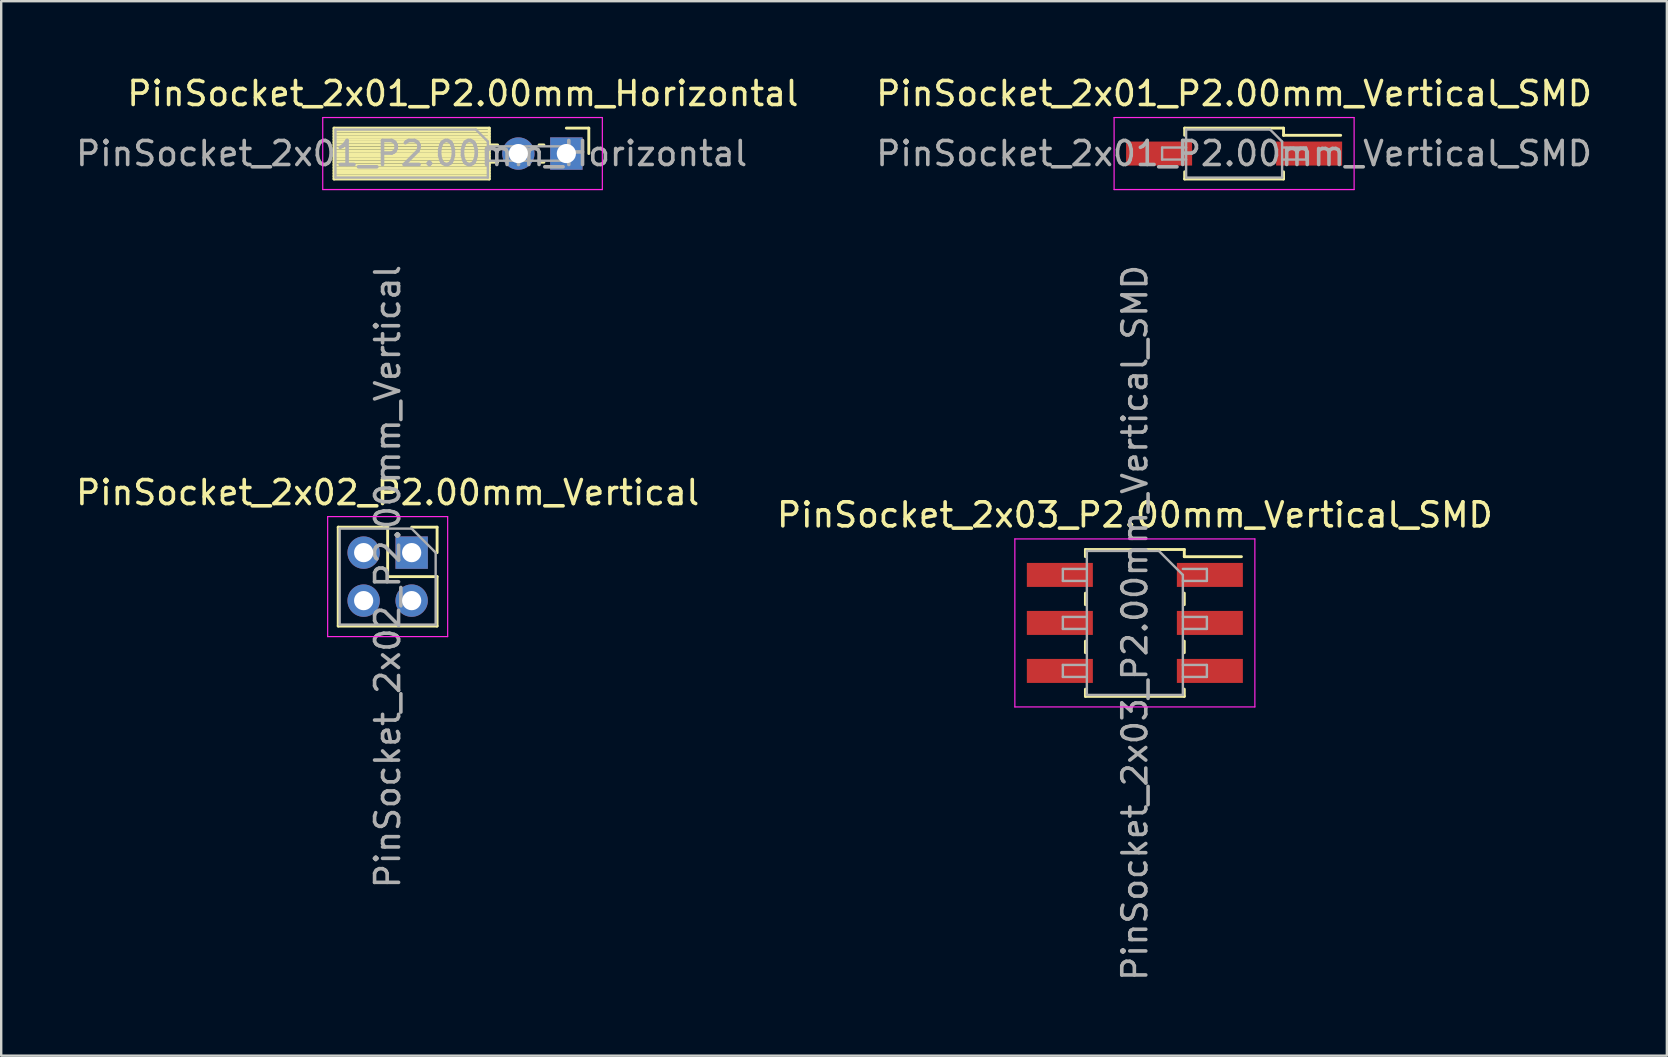
<source format=kicad_pcb>
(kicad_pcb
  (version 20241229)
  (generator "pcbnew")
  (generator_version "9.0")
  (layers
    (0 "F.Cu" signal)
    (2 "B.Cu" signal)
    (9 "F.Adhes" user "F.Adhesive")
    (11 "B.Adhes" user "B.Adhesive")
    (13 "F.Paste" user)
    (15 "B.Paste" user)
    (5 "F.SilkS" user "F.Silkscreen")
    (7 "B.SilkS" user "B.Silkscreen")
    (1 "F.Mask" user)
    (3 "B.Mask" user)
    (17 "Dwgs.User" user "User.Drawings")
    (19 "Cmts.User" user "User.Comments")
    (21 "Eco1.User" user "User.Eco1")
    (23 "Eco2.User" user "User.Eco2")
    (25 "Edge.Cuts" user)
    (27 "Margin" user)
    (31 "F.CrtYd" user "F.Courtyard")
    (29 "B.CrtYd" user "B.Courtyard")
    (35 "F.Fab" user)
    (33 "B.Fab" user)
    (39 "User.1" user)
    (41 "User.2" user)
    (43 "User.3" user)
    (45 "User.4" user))
  (footprint "PinSocket_2x01_P2.00mm_Horizontal"
    (layer "F.Cu")
    (at 20.546 3.348)
    (property "Reference" "PinSocket_2x01_P2.00mm_Horizontal" (at -4.31 -2.5 0) (layer "F.SilkS") (effects (font (size 1 1) (thickness 0.15))))
    (attr through_hole)
    (fp_line (start -9.68 -1.06) (end -9.68 1.06) (stroke (width 0.12) (type solid)) (layer "F.SilkS"))
    (fp_line (start -9.68 -1.06) (end -3.21 -1.06) (stroke (width 0.12) (type solid)) (layer "F.SilkS"))
    (fp_line (start -9.68 -0.94) (end -3.21 -0.94) (stroke (width 0.12) (type solid)) (layer "F.SilkS"))
    (fp_line (start -9.68 -0.822) (end -3.21 -0.822) (stroke (width 0.12) (type solid)) (layer "F.SilkS"))
    (fp_line (start -9.68 -0.705) (end -3.21 -0.705) (stroke (width 0.12) (type solid)) (layer "F.SilkS"))
    (fp_line (start -9.68 -0.587) (end -3.21 -0.587) (stroke (width 0.12) (type solid)) (layer "F.SilkS"))
    (fp_line (start -9.68 -0.469) (end -3.21 -0.469) (stroke (width 0.12) (type solid)) (layer "F.SilkS"))
    (fp_line (start -9.68 -0.352) (end -3.21 -0.352) (stroke (width 0.12) (type solid)) (layer "F.SilkS"))
    (fp_line (start -9.68 -0.234) (end -3.21 -0.234) (stroke (width 0.12) (type solid)) (layer "F.SilkS"))
    (fp_line (start -9.68 -0.116) (end -3.21 -0.116) (stroke (width 0.12) (type solid)) (layer "F.SilkS"))
    (fp_line (start -9.68 0.001) (end -3.21 0.001) (stroke (width 0.12) (type solid)) (layer "F.SilkS"))
    (fp_line (start -9.68 0.119) (end -3.21 0.119) (stroke (width 0.12) (type solid)) (layer "F.SilkS"))
    (fp_line (start -9.68 0.236) (end -3.21 0.236) (stroke (width 0.12) (type solid)) (layer "F.SilkS"))
    (fp_line (start -9.68 0.354) (end -3.21 0.354) (stroke (width 0.12) (type solid)) (layer "F.SilkS"))
    (fp_line (start -9.68 0.472) (end -3.21 0.472) (stroke (width 0.12) (type solid)) (layer "F.SilkS"))
    (fp_line (start -9.68 0.589) (end -3.21 0.589) (stroke (width 0.12) (type solid)) (layer "F.SilkS"))
    (fp_line (start -9.68 0.707) (end -3.21 0.707) (stroke (width 0.12) (type solid)) (layer "F.SilkS"))
    (fp_line (start -9.68 0.825) (end -3.21 0.825) (stroke (width 0.12) (type solid)) (layer "F.SilkS"))
    (fp_line (start -9.68 0.942) (end -3.21 0.942) (stroke (width 0.12) (type solid)) (layer "F.SilkS"))
    (fp_line (start -9.68 1.06) (end -3.21 1.06) (stroke (width 0.12) (type solid)) (layer "F.SilkS"))
    (fp_line (start -3.21 -1.06) (end -3.21 1.06) (stroke (width 0.12) (type solid)) (layer "F.SilkS"))
    (fp_line (start -3.21 -0.36) (end -2.863 -0.36) (stroke (width 0.12) (type solid)) (layer "F.SilkS"))
    (fp_line (start -3.21 0.36) (end -2.863 0.36) (stroke (width 0.12) (type solid)) (layer "F.SilkS"))
    (fp_line (start -1.137 -0.36) (end -0.935 -0.36) (stroke (width 0.12) (type solid)) (layer "F.SilkS"))
    (fp_line (start -1.137 0.36) (end -0.935 0.36) (stroke (width 0.12) (type solid)) (layer "F.SilkS"))
    (fp_line (start 0 -1.06) (end 0.935 -1.06) (stroke (width 0.12) (type solid)) (layer "F.SilkS"))
    (fp_line (start 0.935 -1.06) (end 0.935 0) (stroke (width 0.12) (type solid)) (layer "F.SilkS"))
    (fp_line (start -10.15 -1.5) (end -10.15 1.5) (stroke (width 0.05) (type solid)) (layer "F.CrtYd"))
    (fp_line (start -10.15 1.5) (end 1.5 1.5) (stroke (width 0.05) (type solid)) (layer "F.CrtYd"))
    (fp_line (start 1.5 -1.5) (end -10.15 -1.5) (stroke (width 0.05) (type solid)) (layer "F.CrtYd"))
    (fp_line (start 1.5 1.5) (end 1.5 -1.5) (stroke (width 0.05) (type solid)) (layer "F.CrtYd"))
    (fp_line (start -9.62 -1) (end -3.77 -1) (stroke (width 0.1) (type solid)) (layer "F.Fab"))
    (fp_line (start -9.62 1) (end -9.62 -1) (stroke (width 0.1) (type solid)) (layer "F.Fab"))
    (fp_line (start -3.77 -1) (end -3.27 -0.5) (stroke (width 0.1) (type solid)) (layer "F.Fab"))
    (fp_line (start -3.27 -0.5) (end -3.27 1) (stroke (width 0.1) (type solid)) (layer "F.Fab"))
    (fp_line (start -3.27 0.3) (end 0 0.3) (stroke (width 0.1) (type solid)) (layer "F.Fab"))
    (fp_line (start -3.27 1) (end -9.62 1) (stroke (width 0.1) (type solid)) (layer "F.Fab"))
    (fp_line (start 0 -0.3) (end -3.27 -0.3) (stroke (width 0.1) (type solid)) (layer "F.Fab"))
    (fp_line (start 0 0.3) (end 0 -0.3) (stroke (width 0.1) (type solid)) (layer "F.Fab"))
    (fp_text user "${REFERENCE}" (at -6.445 0 0) (layer "F.Fab") (effects (font (size 1 1) (thickness 0.15))))
    (pad "1" thru_hole rect (at 0 0) (size 1.35 1.35) (drill 0.8) (layers "*.Cu" "*.Mask"))
    (pad "2" thru_hole circle (at -2 0) (size 1.35 1.35) (drill 0.8) (layers "*.Cu" "*.Mask")))
  (footprint "PinSocket_2x02_P2.00mm_Vertical"
    (layer "F.Cu")
    (at 14.101 19.974)
    (property "Reference" "PinSocket_2x02_P2.00mm_Vertical" (at -1 -2.5 0) (layer "F.SilkS") (effects (font (size 1 1) (thickness 0.15))))
    (attr through_hole)
    (fp_line (start -3.06 -1.06) (end -3.06 3.06) (stroke (width 0.12) (type solid)) (layer "F.SilkS"))
    (fp_line (start -3.06 -1.06) (end -1 -1.06) (stroke (width 0.12) (type solid)) (layer "F.SilkS"))
    (fp_line (start -3.06 3.06) (end 1.06 3.06) (stroke (width 0.12) (type solid)) (layer "F.SilkS"))
    (fp_line (start -1 -1.06) (end -1 1) (stroke (width 0.12) (type solid)) (layer "F.SilkS"))
    (fp_line (start -1 1) (end 1.06 1) (stroke (width 0.12) (type solid)) (layer "F.SilkS"))
    (fp_line (start 0 -1.06) (end 1.06 -1.06) (stroke (width 0.12) (type solid)) (layer "F.SilkS"))
    (fp_line (start 1.06 -1.06) (end 1.06 0) (stroke (width 0.12) (type solid)) (layer "F.SilkS"))
    (fp_line (start 1.06 1) (end 1.06 3.06) (stroke (width 0.12) (type solid)) (layer "F.SilkS"))
    (fp_line (start -3.5 -1.5) (end 1.5 -1.5) (stroke (width 0.05) (type solid)) (layer "F.CrtYd"))
    (fp_line (start -3.5 3.5) (end -3.5 -1.5) (stroke (width 0.05) (type solid)) (layer "F.CrtYd"))
    (fp_line (start 1.5 -1.5) (end 1.5 3.5) (stroke (width 0.05) (type solid)) (layer "F.CrtYd"))
    (fp_line (start 1.5 3.5) (end -3.5 3.5) (stroke (width 0.05) (type solid)) (layer "F.CrtYd"))
    (fp_line (start -3 -1) (end 0 -1) (stroke (width 0.1) (type solid)) (layer "F.Fab"))
    (fp_line (start -3 3) (end -3 -1) (stroke (width 0.1) (type solid)) (layer "F.Fab"))
    (fp_line (start 0 -1) (end 1 0) (stroke (width 0.1) (type solid)) (layer "F.Fab"))
    (fp_line (start 1 0) (end 1 3) (stroke (width 0.1) (type solid)) (layer "F.Fab"))
    (fp_line (start 1 3) (end -3 3) (stroke (width 0.1) (type solid)) (layer "F.Fab"))
    (fp_text user "${REFERENCE}" (at -1 1 90) (layer "F.Fab") (effects (font (size 1 1) (thickness 0.15))))
    (pad "1" thru_hole rect (at 0 0) (size 1.35 1.35) (drill 0.8) (layers "*.Cu" "*.Mask"))
    (pad "2" thru_hole circle (at -2 0) (size 1.35 1.35) (drill 0.8) (layers "*.Cu" "*.Mask"))
    (pad "3" thru_hole circle (at 0 2) (size 1.35 1.35) (drill 0.8) (layers "*.Cu" "*.Mask"))
    (pad "4" thru_hole circle (at -2 2) (size 1.35 1.35) (drill 0.8) (layers "*.Cu" "*.Mask")))
  (footprint "PinSocket_2x03_P2.00mm_Vertical_SMD"
    (layer "F.Cu")
    (at 44.232 22.903)
    (property "Reference" "PinSocket_2x03_P2.00mm_Vertical_SMD" (at 0 -4.5 0) (layer "F.SilkS") (effects (font (size 1 1) (thickness 0.15))))
    (attr smd)
    (fp_line (start -2.06 -3.06) (end -2.06 -2.76) (stroke (width 0.12) (type solid)) (layer "F.SilkS"))
    (fp_line (start -2.06 -3.06) (end 2.06 -3.06) (stroke (width 0.12) (type solid)) (layer "F.SilkS"))
    (fp_line (start -2.06 -1.24) (end -2.06 -0.76) (stroke (width 0.12) (type solid)) (layer "F.SilkS"))
    (fp_line (start -2.06 0.76) (end -2.06 1.24) (stroke (width 0.12) (type solid)) (layer "F.SilkS"))
    (fp_line (start -2.06 2.76) (end -2.06 3.06) (stroke (width 0.12) (type solid)) (layer "F.SilkS"))
    (fp_line (start -2.06 3.06) (end 2.06 3.06) (stroke (width 0.12) (type solid)) (layer "F.SilkS"))
    (fp_line (start 2.06 -3.06) (end 2.06 -2.76) (stroke (width 0.12) (type solid)) (layer "F.SilkS"))
    (fp_line (start 2.06 -2.76) (end 4.44 -2.76) (stroke (width 0.12) (type solid)) (layer "F.SilkS"))
    (fp_line (start 2.06 -1.24) (end 2.06 -0.76) (stroke (width 0.12) (type solid)) (layer "F.SilkS"))
    (fp_line (start 2.06 0.76) (end 2.06 1.24) (stroke (width 0.12) (type solid)) (layer "F.SilkS"))
    (fp_line (start 2.06 2.76) (end 2.06 3.06) (stroke (width 0.12) (type solid)) (layer "F.SilkS"))
    (fp_line (start -5 -3.5) (end 5 -3.5) (stroke (width 0.05) (type solid)) (layer "F.CrtYd"))
    (fp_line (start -5 3.5) (end -5 -3.5) (stroke (width 0.05) (type solid)) (layer "F.CrtYd"))
    (fp_line (start 5 -3.5) (end 5 3.5) (stroke (width 0.05) (type solid)) (layer "F.CrtYd"))
    (fp_line (start 5 3.5) (end -5 3.5) (stroke (width 0.05) (type solid)) (layer "F.CrtYd"))
    (fp_line (start -3 -2.25) (end -2 -2.25) (stroke (width 0.1) (type solid)) (layer "F.Fab"))
    (fp_line (start -3 -1.75) (end -3 -2.25) (stroke (width 0.1) (type solid)) (layer "F.Fab"))
    (fp_line (start -3 -0.25) (end -2 -0.25) (stroke (width 0.1) (type solid)) (layer "F.Fab"))
    (fp_line (start -3 0.25) (end -3 -0.25) (stroke (width 0.1) (type solid)) (layer "F.Fab"))
    (fp_line (start -3 1.75) (end -2 1.75) (stroke (width 0.1) (type solid)) (layer "F.Fab"))
    (fp_line (start -3 2.25) (end -3 1.75) (stroke (width 0.1) (type solid)) (layer "F.Fab"))
    (fp_line (start -2 -3) (end 1 -3) (stroke (width 0.1) (type solid)) (layer "F.Fab"))
    (fp_line (start -2 -1.75) (end -3 -1.75) (stroke (width 0.1) (type solid)) (layer "F.Fab"))
    (fp_line (start -2 0.25) (end -3 0.25) (stroke (width 0.1) (type solid)) (layer "F.Fab"))
    (fp_line (start -2 2.25) (end -3 2.25) (stroke (width 0.1) (type solid)) (layer "F.Fab"))
    (fp_line (start -2 3) (end -2 -3) (stroke (width 0.1) (type solid)) (layer "F.Fab"))
    (fp_line (start 1 -3) (end 2 -2) (stroke (width 0.1) (type solid)) (layer "F.Fab"))
    (fp_line (start 2 -2.25) (end 3 -2.25) (stroke (width 0.1) (type solid)) (layer "F.Fab"))
    (fp_line (start 2 -2) (end 2 3) (stroke (width 0.1) (type solid)) (layer "F.Fab"))
    (fp_line (start 2 -0.25) (end 3 -0.25) (stroke (width 0.1) (type solid)) (layer "F.Fab"))
    (fp_line (start 2 1.75) (end 3 1.75) (stroke (width 0.1) (type solid)) (layer "F.Fab"))
    (fp_line (start 2 3) (end -2 3) (stroke (width 0.1) (type solid)) (layer "F.Fab"))
    (fp_line (start 3 -2.25) (end 3 -1.75) (stroke (width 0.1) (type solid)) (layer "F.Fab"))
    (fp_line (start 3 -1.75) (end 2 -1.75) (stroke (width 0.1) (type solid)) (layer "F.Fab"))
    (fp_line (start 3 -0.25) (end 3 0.25) (stroke (width 0.1) (type solid)) (layer "F.Fab"))
    (fp_line (start 3 0.25) (end 2 0.25) (stroke (width 0.1) (type solid)) (layer "F.Fab"))
    (fp_line (start 3 1.75) (end 3 2.25) (stroke (width 0.1) (type solid)) (layer "F.Fab"))
    (fp_line (start 3 2.25) (end 2 2.25) (stroke (width 0.1) (type solid)) (layer "F.Fab"))
    (fp_text user "${REFERENCE}" (at 0 0 90) (layer "F.Fab") (effects (font (size 1 1) (thickness 0.15))))
    (pad "1" smd rect (at 3.125 -2) (size 2.75 1) (layers "F.Cu" "F.Mask" "F.Paste"))
    (pad "2" smd rect (at -3.125 -2) (size 2.75 1) (layers "F.Cu" "F.Mask" "F.Paste"))
    (pad "3" smd rect (at 3.125 0) (size 2.75 1) (layers "F.Cu" "F.Mask" "F.Paste"))
    (pad "4" smd rect (at -3.125 0) (size 2.75 1) (layers "F.Cu" "F.Mask" "F.Paste"))
    (pad "5" smd rect (at 3.125 2) (size 2.75 1) (layers "F.Cu" "F.Mask" "F.Paste"))
    (pad "6" smd rect (at -3.125 2) (size 2.75 1) (layers "F.Cu" "F.Mask" "F.Paste")))
  (footprint "PinSocket_2x01_P2.00mm_Vertical_SMD"
    (layer "F.Cu")
    (at 48.367 3.348)
    (property "Reference" "PinSocket_2x01_P2.00mm_Vertical_SMD" (at 0 -2.5 0) (layer "F.SilkS") (effects (font (size 1 1) (thickness 0.15))))
    (attr smd)
    (fp_line (start -2.06 -1.06) (end -2.06 -0.76) (stroke (width 0.12) (type solid)) (layer "F.SilkS"))
    (fp_line (start -2.06 -1.06) (end 2.06 -1.06) (stroke (width 0.12) (type solid)) (layer "F.SilkS"))
    (fp_line (start -2.06 0.76) (end -2.06 1.06) (stroke (width 0.12) (type solid)) (layer "F.SilkS"))
    (fp_line (start -2.06 1.06) (end 2.06 1.06) (stroke (width 0.12) (type solid)) (layer "F.SilkS"))
    (fp_line (start 2.06 -1.06) (end 2.06 -0.76) (stroke (width 0.12) (type solid)) (layer "F.SilkS"))
    (fp_line (start 2.06 -0.76) (end 4.44 -0.76) (stroke (width 0.12) (type solid)) (layer "F.SilkS"))
    (fp_line (start 2.06 0.76) (end 2.06 1.06) (stroke (width 0.12) (type solid)) (layer "F.SilkS"))
    (fp_line (start -5 -1.5) (end 5 -1.5) (stroke (width 0.05) (type solid)) (layer "F.CrtYd"))
    (fp_line (start -5 1.5) (end -5 -1.5) (stroke (width 0.05) (type solid)) (layer "F.CrtYd"))
    (fp_line (start 5 -1.5) (end 5 1.5) (stroke (width 0.05) (type solid)) (layer "F.CrtYd"))
    (fp_line (start 5 1.5) (end -5 1.5) (stroke (width 0.05) (type solid)) (layer "F.CrtYd"))
    (fp_line (start -3 -0.25) (end -2 -0.25) (stroke (width 0.1) (type solid)) (layer "F.Fab"))
    (fp_line (start -3 0.25) (end -3 -0.25) (stroke (width 0.1) (type solid)) (layer "F.Fab"))
    (fp_line (start -2 -1) (end 1.5 -1) (stroke (width 0.1) (type solid)) (layer "F.Fab"))
    (fp_line (start -2 0.25) (end -3 0.25) (stroke (width 0.1) (type solid)) (layer "F.Fab"))
    (fp_line (start -2 1) (end -2 -1) (stroke (width 0.1) (type solid)) (layer "F.Fab"))
    (fp_line (start 1.5 -1) (end 2 -0.5) (stroke (width 0.1) (type solid)) (layer "F.Fab"))
    (fp_line (start 2 -0.5) (end 2 1) (stroke (width 0.1) (type solid)) (layer "F.Fab"))
    (fp_line (start 2 -0.25) (end 3 -0.25) (stroke (width 0.1) (type solid)) (layer "F.Fab"))
    (fp_line (start 2 1) (end -2 1) (stroke (width 0.1) (type solid)) (layer "F.Fab"))
    (fp_line (start 3 -0.25) (end 3 0.25) (stroke (width 0.1) (type solid)) (layer "F.Fab"))
    (fp_line (start 3 0.25) (end 2 0.25) (stroke (width 0.1) (type solid)) (layer "F.Fab"))
    (fp_text user "${REFERENCE}" (at 0 0 0) (layer "F.Fab") (effects (font (size 1 1) (thickness 0.15))))
    (pad "1" smd rect (at 3.125 0) (size 2.75 1) (layers "F.Cu" "F.Mask" "F.Paste"))
    (pad "2" smd rect (at -3.125 0) (size 2.75 1) (layers "F.Cu" "F.Mask" "F.Paste")))
  (gr_rect
    (start -3 -3)
    (end 66.397 40.933)
    (stroke (width 0.1) (type default))
    (fill no)
    (layer "Edge.Cuts")))
</source>
